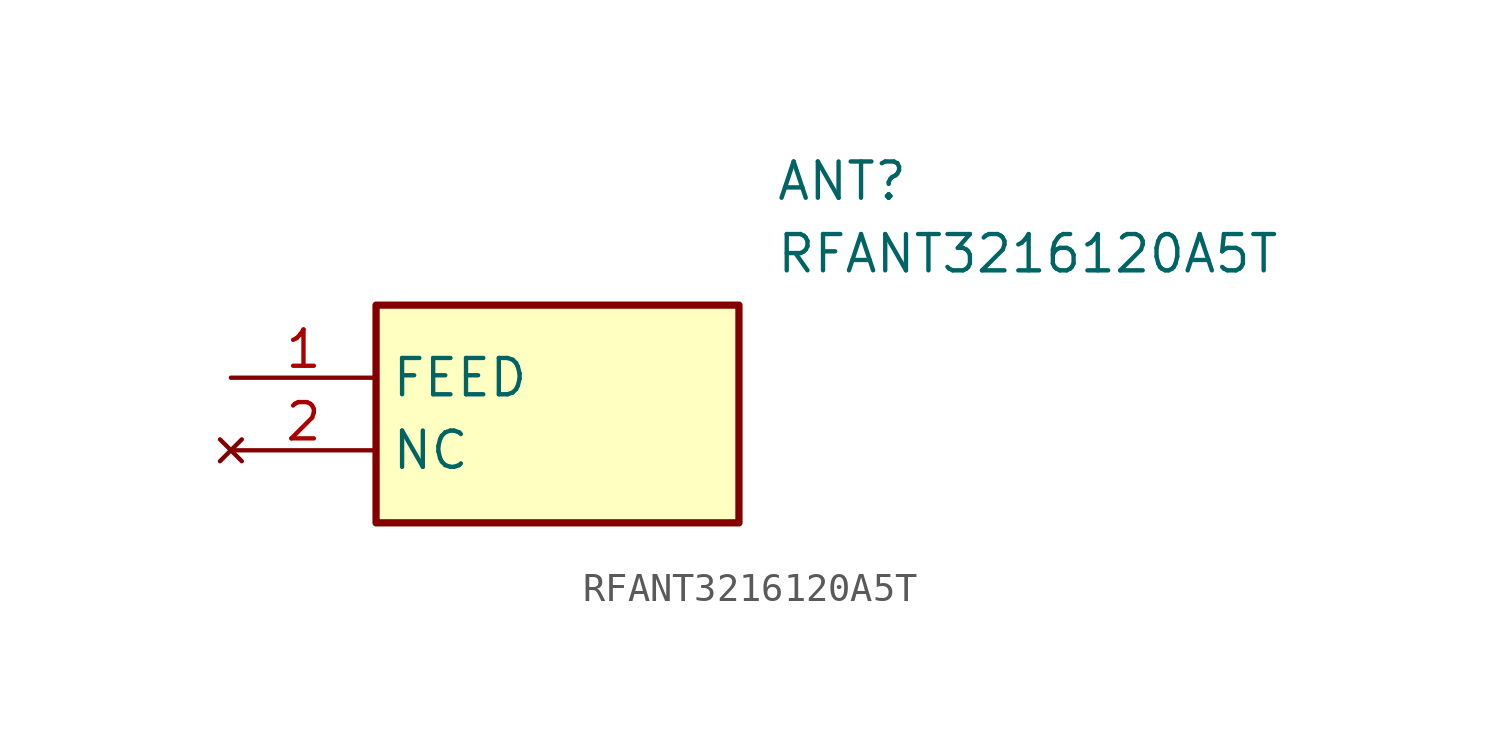
<source format=kicad_sym>
(kicad_symbol_lib
  (version 20220914)
  (generator SamacSys_ECAD_Model)
  (symbol "RFANT3216120A5T"
    (property "Reference" "ANT"
      (at 19.05 7.62 0)
      (effects (font (size 1.27 1.27)) (justify left top)))
    (property "Value" "RFANT3216120A5T"
      (at 19.05 5.08 0)
      (effects (font (size 1.27 1.27)) (justify left top)))
    (rectangle
      (start 5.08 2.54)
      (end 17.78 -5.08)
      (stroke (width 0.254) (type default))
      (fill (type background)))
    (pin input line
      (at 0 0 0)
      (length 5.08)
      (name "FEED" (effects (font (size 1.27 1.27))))
      (number "1" (effects (font (size 1.27 1.27)))))
    (pin no_connect line
      (at 0 -2.54 0)
      (length 5.08)
      (name "NC" (effects (font (size 1.27 1.27))))
      (number "2" (effects (font (size 1.27 1.27)))))))
</source>
